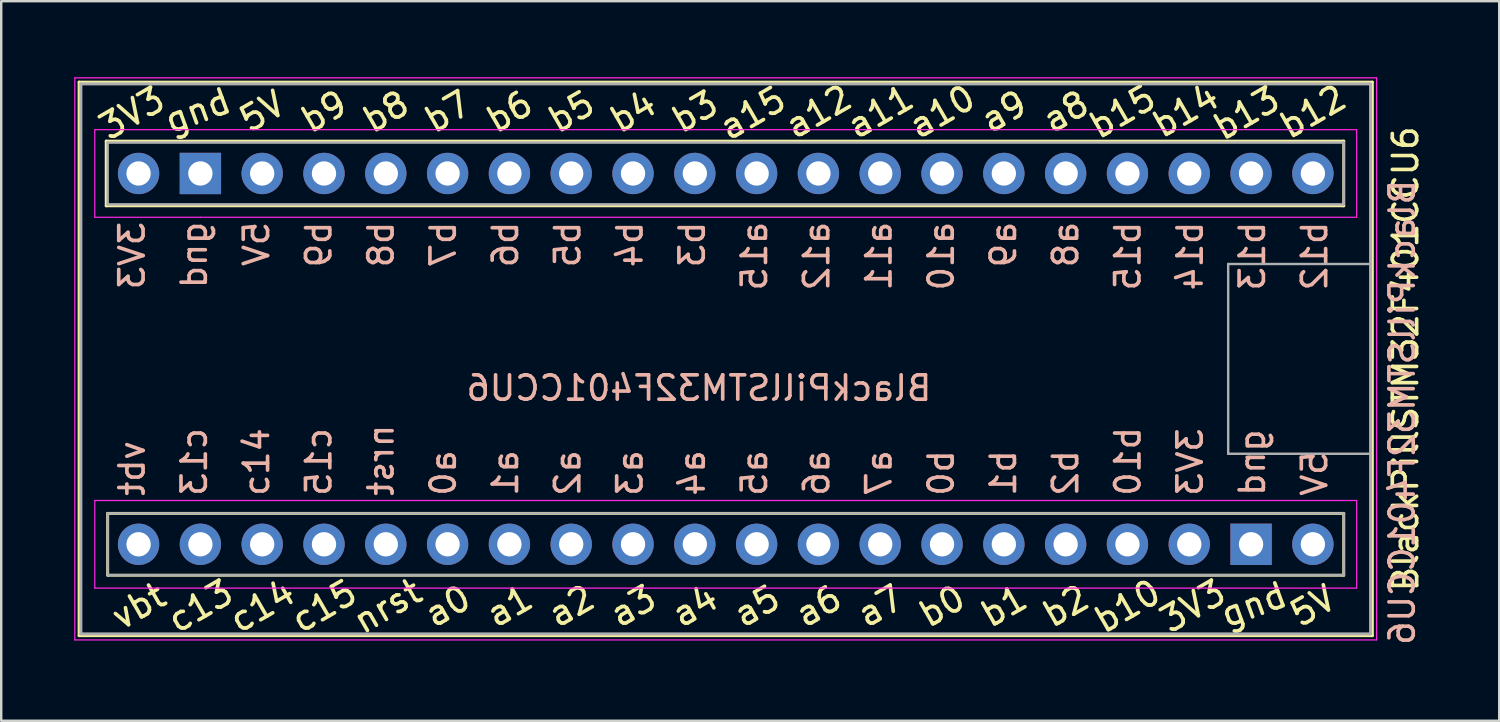
<source format=kicad_pcb>
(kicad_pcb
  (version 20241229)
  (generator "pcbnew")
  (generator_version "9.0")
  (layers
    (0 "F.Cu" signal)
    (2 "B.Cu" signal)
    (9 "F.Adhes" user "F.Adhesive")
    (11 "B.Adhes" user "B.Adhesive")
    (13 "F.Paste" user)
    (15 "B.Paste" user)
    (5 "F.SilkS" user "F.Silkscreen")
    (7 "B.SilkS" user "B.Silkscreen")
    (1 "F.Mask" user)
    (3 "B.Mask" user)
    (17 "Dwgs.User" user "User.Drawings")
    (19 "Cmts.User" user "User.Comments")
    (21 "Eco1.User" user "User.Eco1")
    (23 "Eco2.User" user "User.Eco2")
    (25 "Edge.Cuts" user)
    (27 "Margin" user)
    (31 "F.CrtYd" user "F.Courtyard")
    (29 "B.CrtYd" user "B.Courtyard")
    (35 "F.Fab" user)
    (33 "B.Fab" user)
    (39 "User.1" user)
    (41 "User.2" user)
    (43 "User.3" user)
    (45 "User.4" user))
  (footprint "BlackPillSTM32F401CCU6"
    (layer "F.Cu")
    (at 26.775 11.699)
    (property "Reference" "BlackPillSTM32F401CCU6" (at 27.94 0 270) (layer "F.SilkS") (effects (font (size 1 1) (thickness 0.15))))
    (property "Value" "BlackPillSTM32F401CCU6" (at -0.635 12.7 180) (layer "F.Fab") (hide yes) (effects (font (size 1 1) (thickness 0.15))))
    (attr through_hole)
    (fp_line (start -26.575 -11.375) (end 26.575 -11.375) (stroke (width 0.12) (type solid)) (layer "F.SilkS"))
    (fp_line (start -26.575 11.375) (end -26.575 -11.375) (stroke (width 0.12) (type solid)) (layer "F.SilkS"))
    (fp_line (start -25.46 -8.95) (end 25.4 -8.95) (stroke (width 0.12) (type solid)) (layer "F.SilkS"))
    (fp_line (start -25.46 -6.29) (end -25.46 -8.95) (stroke (width 0.12) (type solid)) (layer "F.SilkS"))
    (fp_line (start -25.4 6.35) (end 25.4 6.35) (stroke (width 0.12) (type solid)) (layer "F.SilkS"))
    (fp_line (start -25.4 8.89) (end -25.4 6.35) (stroke (width 0.12) (type solid)) (layer "F.SilkS"))
    (fp_line (start 25.4 -8.95) (end 25.4 -6.29) (stroke (width 0.12) (type solid)) (layer "F.SilkS"))
    (fp_line (start 25.4 -6.29) (end -25.46 -6.29) (stroke (width 0.12) (type solid)) (layer "F.SilkS"))
    (fp_line (start 25.4 6.35) (end 25.4 8.89) (stroke (width 0.12) (type solid)) (layer "F.SilkS"))
    (fp_line (start 25.4 8.89) (end -25.4 8.89) (stroke (width 0.12) (type solid)) (layer "F.SilkS"))
    (fp_line (start 26.575 -11.375) (end 26.575 11.375) (stroke (width 0.12) (type solid)) (layer "F.SilkS"))
    (fp_line (start 26.575 11.375) (end -26.575 11.375) (stroke (width 0.12) (type solid)) (layer "F.SilkS"))
    (fp_line (start -26.75 -11.55) (end 26.75 -11.55) (stroke (width 0.05) (type solid)) (layer "F.CrtYd"))
    (fp_line (start -26.75 11.55) (end -26.75 -11.55) (stroke (width 0.05) (type solid)) (layer "F.CrtYd"))
    (fp_line (start -25.93 -9.42) (end -25.93 -5.82) (stroke (width 0.05) (type solid)) (layer "F.CrtYd"))
    (fp_line (start -25.93 9.42) (end -25.93 5.82) (stroke (width 0.05) (type solid)) (layer "F.CrtYd"))
    (fp_line (start -21.59 -5.82) (end -25.93 -5.82) (stroke (width 0.05) (type solid)) (layer "F.CrtYd"))
    (fp_line (start -21.59 5.82) (end -25.93 5.82) (stroke (width 0.05) (type solid)) (layer "F.CrtYd"))
    (fp_line (start 25.93 -9.42) (end -25.93 -9.42) (stroke (width 0.05) (type solid)) (layer "F.CrtYd"))
    (fp_line (start 25.93 -5.82) (end -21.59 -5.82) (stroke (width 0.05) (type solid)) (layer "F.CrtYd"))
    (fp_line (start 25.93 -5.82) (end 25.93 -9.42) (stroke (width 0.05) (type solid)) (layer "F.CrtYd"))
    (fp_line (start 25.93 5.82) (end -21.59 5.82) (stroke (width 0.05) (type solid)) (layer "F.CrtYd"))
    (fp_line (start 25.93 5.82) (end 25.93 9.42) (stroke (width 0.05) (type solid)) (layer "F.CrtYd"))
    (fp_line (start 25.93 9.42) (end -25.93 9.42) (stroke (width 0.05) (type solid)) (layer "F.CrtYd"))
    (fp_line (start 26.75 -11.55) (end 26.75 11.55) (stroke (width 0.05) (type solid)) (layer "F.CrtYd"))
    (fp_line (start 26.75 11.55) (end -26.75 11.55) (stroke (width 0.05) (type solid)) (layer "F.CrtYd"))
    (fp_line (start -26.5 -11.3) (end -26.5 11.3) (stroke (width 0.12) (type solid)) (layer "F.Fab"))
    (fp_line (start -26.5 -11.3) (end 26.45 -11.3) (stroke (width 0.12) (type solid)) (layer "F.Fab"))
    (fp_line (start -25.4 -8.89) (end 25.4 -8.89) (stroke (width 0.1) (type solid)) (layer "F.Fab"))
    (fp_line (start -25.4 -6.35) (end -25.4 -8.89) (stroke (width 0.1) (type solid)) (layer "F.Fab"))
    (fp_line (start -25.4 6.35) (end 25.4 6.35) (stroke (width 0.1) (type solid)) (layer "F.Fab"))
    (fp_line (start -25.4 8.89) (end -25.4 6.35) (stroke (width 0.1) (type solid)) (layer "F.Fab"))
    (fp_line (start 20.65 -3.9) (end 20.65 3.9) (stroke (width 0.1) (type solid)) (layer "F.Fab"))
    (fp_line (start 20.65 -3.9) (end 26.45 -3.9) (stroke (width 0.1) (type solid)) (layer "F.Fab"))
    (fp_line (start 20.65 3.9) (end 26.45 3.9) (stroke (width 0.1) (type solid)) (layer "F.Fab"))
    (fp_line (start 25.4 -8.89) (end 25.4 -6.35) (stroke (width 0.1) (type solid)) (layer "F.Fab"))
    (fp_line (start 25.4 -6.35) (end -25.4 -6.35) (stroke (width 0.1) (type solid)) (layer "F.Fab"))
    (fp_line (start 25.4 6.35) (end 25.4 8.89) (stroke (width 0.1) (type solid)) (layer "F.Fab"))
    (fp_line (start 25.4 8.89) (end -25.4 8.89) (stroke (width 0.1) (type solid)) (layer "F.Fab"))
    (fp_line (start 26.5 -11.3) (end 26.5 11.3) (stroke (width 0.12) (type solid)) (layer "F.Fab"))
    (fp_line (start 26.5 11.3) (end -26.5 11.3) (stroke (width 0.12) (type solid)) (layer "F.Fab"))
    (fp_text user "vbt" (at -24.13 10.16 30) (layer "F.SilkS") (effects (font (size 1 1) (thickness 0.15))))
    (fp_text user "a5" (at 1.27 10.16 30) (layer "F.SilkS") (effects (font (size 1 1) (thickness 0.15))))
    (fp_text user "a10" (at 8.89 -10.16 30) (layer "F.SilkS") (effects (font (size 1 1) (thickness 0.15))))
    (fp_text user "5V" (at 24.13 10.16 30) (layer "F.SilkS") (effects (font (size 1 1) (thickness 0.15))))
    (fp_text user "c13" (at -21.59 10.16 30) (layer "F.SilkS") (effects (font (size 1 1) (thickness 0.15))))
    (fp_text user "b12" (at 24.13 -10.16 30) (layer "F.SilkS") (effects (font (size 1 1) (thickness 0.15))))
    (fp_text user "a12" (at 3.81 -10.16 30) (layer "F.SilkS") (effects (font (size 1 1) (thickness 0.15))))
    (fp_text user "b4" (at -3.81 -10.16 30) (layer "F.SilkS") (effects (font (size 1 1) (thickness 0.15))))
    (fp_text user "b5" (at -6.35 -10.16 30) (layer "F.SilkS") (effects (font (size 1 1) (thickness 0.15))))
    (fp_text user "b2" (at 13.97 10.16 30) (layer "F.SilkS") (effects (font (size 1 1) (thickness 0.15))))
    (fp_text user "b0" (at 8.89 10.16 30) (layer "F.SilkS") (effects (font (size 1 1) (thickness 0.15))))
    (fp_text user "c15" (at -16.51 10.16 30) (layer "F.SilkS") (effects (font (size 1 1) (thickness 0.15))))
    (fp_text user "a9" (at 11.43 -10.16 30) (layer "F.SilkS") (effects (font (size 1 1) (thickness 0.15))))
    (fp_text user "a4" (at -1.27 10.16 30) (layer "F.SilkS") (effects (font (size 1 1) (thickness 0.15))))
    (fp_text user "5V" (at -19.05 -10.16 30) (layer "F.SilkS") (effects (font (size 1 1) (thickness 0.15))))
    (fp_text user "a7" (at 6.35 10.16 30) (layer "F.SilkS") (effects (font (size 1 1) (thickness 0.15))))
    (fp_text user "gnd" (at 21.7 10.1 20) (layer "F.SilkS") (effects (font (size 1 1) (thickness 0.15))))
    (fp_text user "a11" (at 6.35 -10.16 30) (layer "F.SilkS") (effects (font (size 1 1) (thickness 0.15))))
    (fp_text user "b3" (at -1.27 -10.16 30) (layer "F.SilkS") (effects (font (size 1 1) (thickness 0.15))))
    (fp_text user "3V3" (at 19.2 10.16 30) (layer "F.SilkS") (effects (font (size 1 1) (thickness 0.15))))
    (fp_text user "a6" (at 3.81 10.16 30) (layer "F.SilkS") (effects (font (size 1 1) (thickness 0.15))))
    (fp_text user "b7" (at -11.43 -10.16 30) (layer "F.SilkS") (effects (font (size 1 1) (thickness 0.15))))
    (fp_text user "b8" (at -13.97 -10.16 30) (layer "F.SilkS") (effects (font (size 1 1) (thickness 0.15))))
    (fp_text user "gnd" (at -21.7 -10.2 20) (layer "F.SilkS") (effects (font (size 1 1) (thickness 0.15))))
    (fp_text user "a0" (at -11.43 10.16 30) (layer "F.SilkS") (effects (font (size 1 1) (thickness 0.15))))
    (fp_text user "a8" (at 13.97 -10.16 30) (layer "F.SilkS") (effects (font (size 1 1) (thickness 0.15))))
    (fp_text user "a3" (at -3.81 10.16 30) (layer "F.SilkS") (effects (font (size 1 1) (thickness 0.15))))
    (fp_text user "c14" (at -19.05 10.16 30) (layer "F.SilkS") (effects (font (size 1 1) (thickness 0.15))))
    (fp_text user "a15" (at 1.1 -10.1 30) (layer "F.SilkS") (effects (font (size 1 1) (thickness 0.15))))
    (fp_text user "b15" (at 16.3 -10.16 30) (layer "F.SilkS") (effects (font (size 1 1) (thickness 0.15))))
    (fp_text user "b14" (at 18.9 -10.2 30) (layer "F.SilkS") (effects (font (size 1 1) (thickness 0.15))))
    (fp_text user "b9" (at -16.51 -10.16 30) (layer "F.SilkS") (effects (font (size 1 1) (thickness 0.15))))
    (fp_text user "b10" (at 16.51 10.16 30) (layer "F.SilkS") (effects (font (size 1 1) (thickness 0.15))))
    (fp_text user "a2" (at -6.35 10.16 30) (layer "F.SilkS") (effects (font (size 1 1) (thickness 0.15))))
    (fp_text user "3V3" (at -24.4 -10.1 30) (layer "F.SilkS") (effects (font (size 1 1) (thickness 0.15))))
    (fp_text user "nrst" (at -13.9 10.16 30) (layer "F.SilkS") (effects (font (size 1 1) (thickness 0.15))))
    (fp_text user "b6" (at -8.89 -10.16 30) (layer "F.SilkS") (effects (font (size 1 1) (thickness 0.15))))
    (fp_text user "b1" (at 11.43 10.16 30) (layer "F.SilkS") (effects (font (size 1 1) (thickness 0.15))))
    (fp_text user "b13" (at 21.4 -10.1 30) (layer "F.SilkS") (effects (font (size 1 1) (thickness 0.15))))
    (fp_text user "a1" (at -8.89 10.16 30) (layer "F.SilkS") (effects (font (size 1 1) (thickness 0.15))))
    (fp_text user "5V" (at 24.2 4.714 270) (layer "B.SilkS") (effects (font (size 1 1) (thickness 0.15)) (justify mirror)))
    (fp_text user "a1" (at -9.053 4.69 90) (layer "B.SilkS") (effects (font (size 1 1) (thickness 0.15)) (justify mirror)))
    (fp_text user "vbt" (at -24.4 4.5 90) (layer "B.SilkS") (effects (font (size 1 1) (thickness 0.15)) (justify mirror)))
    (fp_text user "a15" (at 1.179 -4.224 270) (layer "B.SilkS") (effects (font (size 1 1) (thickness 0.15)) (justify mirror)))
    (fp_text user "a4" (at -1.379 4.69 90) (layer "B.SilkS") (effects (font (size 1 1) (thickness 0.15)) (justify mirror)))
    (fp_text user "3V3" (at 19.084 4.238 90) (layer "B.SilkS") (effects (font (size 1 1) (thickness 0.15)) (justify mirror)))
    (fp_text user "5V" (at -19.284 -4.724 270) (layer "B.SilkS") (effects (font (size 1 1) (thickness 0.15)) (justify mirror)))
    (fp_text user "nrst" (at -14.168 4.167 90) (layer "B.SilkS") (effects (font (size 1 1) (thickness 0.15)) (justify mirror)))
    (fp_text user "b5" (at -6.495 -4.7 270) (layer "B.SilkS") (effects (font (size 1 1) (thickness 0.15)) (justify mirror)))
    (fp_text user "gnd" (at 21.642 4.262 270) (layer "B.SilkS") (effects (font (size 1 1) (thickness 0.15)) (justify mirror)))
    (fp_text user "b1" (at 11.411 4.69 90) (layer "B.SilkS") (effects (font (size 1 1) (thickness 0.15)) (justify mirror)))
    (fp_text user "a5" (at 1.179 4.69 90) (layer "B.SilkS") (effects (font (size 1 1) (thickness 0.15)) (justify mirror)))
    (fp_text user "${REFERENCE}" (at 27.8 2.2 270) (layer "B.SilkS") (effects (font (size 1 1) (thickness 0.15)) (justify mirror)))
    (fp_text user "${VALUE}" (at -1.1 1.2 180) (layer "B.SilkS") (effects (font (size 1 1) (thickness 0.15)) (justify mirror)))
    (fp_text user "a9" (at 11.411 -4.7 270) (layer "B.SilkS") (effects (font (size 1 1) (thickness 0.15)) (justify mirror)))
    (fp_text user "b7" (at -11.611 -4.7 270) (layer "B.SilkS") (effects (font (size 1 1) (thickness 0.15)) (justify mirror)))
    (fp_text user "c13" (at -21.842 4.238 90) (layer "B.SilkS") (effects (font (size 1 1) (thickness 0.15)) (justify mirror)))
    (fp_text user "b3" (at -1.379 -4.7 270) (layer "B.SilkS") (effects (font (size 1 1) (thickness 0.15)) (justify mirror)))
    (fp_text user "c14" (at -19.284 4.238 90) (layer "B.SilkS") (effects (font (size 1 1) (thickness 0.15))))
    (fp_text user "b15" (at 16.526 -4.224 270) (layer "B.SilkS") (effects (font (size 1 1) (thickness 0.15)) (justify mirror)))
    (fp_text user "a7" (at 6.295 4.69 90) (layer "B.SilkS") (effects (font (size 1 1) (thickness 0.15)) (justify mirror)))
    (fp_text user "gnd" (at -21.842 -4.271 270) (layer "B.SilkS") (effects (font (size 1 1) (thickness 0.15)) (justify mirror)))
    (fp_text user "b2" (at 13.968 4.69 90) (layer "B.SilkS") (effects (font (size 1 1) (thickness 0.15)) (justify mirror)))
    (fp_text user "b10" (at 16.526 4.214 90) (layer "B.SilkS") (effects (font (size 1 1) (thickness 0.15)) (justify mirror)))
    (fp_text user "a3" (at -3.937 4.69 90) (layer "B.SilkS") (effects (font (size 1 1) (thickness 0.15)) (justify mirror)))
    (fp_text user "a2" (at -6.495 4.69 90) (layer "B.SilkS") (effects (font (size 1 1) (thickness 0.15)) (justify mirror)))
    (fp_text user "b13" (at 21.642 -4.224 90) (layer "B.SilkS") (effects (font (size 1 1) (thickness 0.15)) (justify mirror)))
    (fp_text user "b0" (at 8.853 4.69 90) (layer "B.SilkS") (effects (font (size 1 1) (thickness 0.15)) (justify mirror)))
    (fp_text user "b6" (at -9.053 -4.7 270) (layer "B.SilkS") (effects (font (size 1 1) (thickness 0.15)) (justify mirror)))
    (fp_text user "a10" (at 8.853 -4.224 270) (layer "B.SilkS") (effects (font (size 1 1) (thickness 0.15)) (justify mirror)))
    (fp_text user "3V3" (at -24.4 -4.248 90) (layer "B.SilkS") (effects (font (size 1 1) (thickness 0.15)) (justify mirror)))
    (fp_text user "a12" (at 3.737 -4.224 270) (layer "B.SilkS") (effects (font (size 1 1) (thickness 0.15)) (justify mirror)))
    (fp_text user "b9" (at -16.726 -4.7 270) (layer "B.SilkS") (effects (font (size 1 1) (thickness 0.15)) (justify mirror)))
    (fp_text user "a6" (at 3.737 4.69 90) (layer "B.SilkS") (effects (font (size 1 1) (thickness 0.15)) (justify mirror)))
    (fp_text user "b14" (at 19.084 -4.224 270) (layer "B.SilkS") (effects (font (size 1 1) (thickness 0.15)) (justify mirror)))
    (fp_text user "a8" (at 13.968 -4.7 270) (layer "B.SilkS") (effects (font (size 1 1) (thickness 0.15)) (justify mirror)))
    (fp_text user "b12" (at 24.2 -4.224 90) (layer "B.SilkS") (effects (font (size 1 1) (thickness 0.15)) (justify mirror)))
    (fp_text user "a11" (at 6.295 -4.224 270) (layer "B.SilkS") (effects (font (size 1 1) (thickness 0.15)) (justify mirror)))
    (fp_text user "c15" (at -16.726 4.238 90) (layer "B.SilkS") (effects (font (size 1 1) (thickness 0.15)) (justify mirror)))
    (fp_text user "b8" (at -14.168 -4.7 270) (layer "B.SilkS") (effects (font (size 1 1) (thickness 0.15)) (justify mirror)))
    (fp_text user "a0" (at -11.611 4.69 90) (layer "B.SilkS") (effects (font (size 1 1) (thickness 0.15)) (justify mirror)))
    (fp_text user "b4" (at -3.937 -4.7 270) (layer "B.SilkS") (effects (font (size 1 1) (thickness 0.15)) (justify mirror)))
    (pad "1" thru_hole circle (at 24.13 -7.62 270) (size 1.7 1.7) (drill 1) (layers "*.Cu" "*.Mask"))
    (pad "2" thru_hole circle (at 21.59 -7.62 270) (size 1.7 1.7) (drill 1) (layers "*.Cu" "*.Mask"))
    (pad "3" thru_hole circle (at 19.05 -7.62 270) (size 1.7 1.7) (drill 1) (layers "*.Cu" "*.Mask"))
    (pad "4" thru_hole circle (at 16.51 -7.62 270) (size 1.7 1.7) (drill 1) (layers "*.Cu" "*.Mask"))
    (pad "5" thru_hole circle (at 13.97 -7.62 270) (size 1.7 1.7) (drill 1) (layers "*.Cu" "*.Mask"))
    (pad "6" thru_hole circle (at 11.43 -7.62 270) (size 1.7 1.7) (drill 1) (layers "*.Cu" "*.Mask"))
    (pad "7" thru_hole circle (at 8.89 -7.62 270) (size 1.7 1.7) (drill 1) (layers "*.Cu" "*.Mask"))
    (pad "8" thru_hole circle (at 6.35 -7.62 270) (size 1.7 1.7) (drill 1) (layers "*.Cu" "*.Mask"))
    (pad "9" thru_hole circle (at 3.81 -7.62 270) (size 1.7 1.7) (drill 1) (layers "*.Cu" "*.Mask"))
    (pad "10" thru_hole circle (at 1.27 -7.62) (size 1.7 1.7) (drill 1) (layers "*.Cu" "*.Mask"))
    (pad "11" thru_hole circle (at -1.27 -7.62 270) (size 1.7 1.7) (drill 1) (layers "*.Cu" "*.Mask"))
    (pad "12" thru_hole circle (at -3.81 -7.62 270) (size 1.7 1.7) (drill 1) (layers "*.Cu" "*.Mask"))
    (pad "13" thru_hole circle (at -6.35 -7.62 270) (size 1.7 1.7) (drill 1) (layers "*.Cu" "*.Mask"))
    (pad "14" thru_hole circle (at -8.89 -7.62 270) (size 1.7 1.7) (drill 1) (layers "*.Cu" "*.Mask"))
    (pad "15" thru_hole circle (at -11.43 -7.62 270) (size 1.7 1.7) (drill 1) (layers "*.Cu" "*.Mask"))
    (pad "16" thru_hole circle (at -13.97 -7.62 270) (size 1.7 1.7) (drill 1) (layers "*.Cu" "*.Mask"))
    (pad "17" thru_hole circle (at -16.51 -7.62 270) (size 1.7 1.7) (drill 1) (layers "*.Cu" "*.Mask"))
    (pad "18" thru_hole circle (at -19.05 -7.62 270) (size 1.7 1.7) (drill 1) (layers "*.Cu" "*.Mask"))
    (pad "19" thru_hole rect (at -21.59 -7.62 270) (size 1.7 1.7) (drill 1) (layers "*.Cu" "*.Mask"))
    (pad "20" thru_hole circle (at -24.13 -7.62 270) (size 1.7 1.7) (drill 1) (layers "*.Cu" "*.Mask"))
    (pad "21" thru_hole circle (at -24.13 7.62 270) (size 1.7 1.7) (drill 1) (layers "*.Cu" "*.Mask"))
    (pad "22" thru_hole circle (at -21.59 7.62 270) (size 1.7 1.7) (drill 1) (layers "*.Cu" "*.Mask"))
    (pad "23" thru_hole circle (at -19.05 7.62 270) (size 1.7 1.7) (drill 1) (layers "*.Cu" "*.Mask"))
    (pad "24" thru_hole circle (at -16.51 7.62 270) (size 1.7 1.7) (drill 1) (layers "*.Cu" "*.Mask"))
    (pad "25" thru_hole circle (at -13.97 7.62 270) (size 1.7 1.7) (drill 1) (layers "*.Cu" "*.Mask"))
    (pad "26" thru_hole circle (at -11.43 7.62 270) (size 1.7 1.7) (drill 1) (layers "*.Cu" "*.Mask"))
    (pad "27" thru_hole circle (at -8.89 7.62 270) (size 1.7 1.7) (drill 1) (layers "*.Cu" "*.Mask"))
    (pad "28" thru_hole circle (at -6.35 7.62 270) (size 1.7 1.7) (drill 1) (layers "*.Cu" "*.Mask"))
    (pad "29" thru_hole circle (at -3.81 7.62 270) (size 1.7 1.7) (drill 1) (layers "*.Cu" "*.Mask"))
    (pad "30" thru_hole circle (at -1.27 7.62 270) (size 1.7 1.7) (drill 1) (layers "*.Cu" "*.Mask"))
    (pad "31" thru_hole circle (at 1.27 7.62 270) (size 1.7 1.7) (drill 1) (layers "*.Cu" "*.Mask"))
    (pad "32" thru_hole circle (at 3.81 7.62 270) (size 1.7 1.7) (drill 1) (layers "*.Cu" "*.Mask"))
    (pad "33" thru_hole circle (at 6.35 7.62 270) (size 1.7 1.7) (drill 1) (layers "*.Cu" "*.Mask"))
    (pad "34" thru_hole circle (at 8.89 7.62 270) (size 1.7 1.7) (drill 1) (layers "*.Cu" "*.Mask"))
    (pad "35" thru_hole circle (at 11.43 7.62 270) (size 1.7 1.7) (drill 1) (layers "*.Cu" "*.Mask"))
    (pad "36" thru_hole circle (at 13.97 7.62 270) (size 1.7 1.7) (drill 1) (layers "*.Cu" "*.Mask"))
    (pad "37" thru_hole circle (at 16.51 7.62 270) (size 1.7 1.7) (drill 1) (layers "*.Cu" "*.Mask"))
    (pad "38" thru_hole circle (at 19.05 7.62 270) (size 1.7 1.7) (drill 1) (layers "*.Cu" "*.Mask"))
    (pad "39" thru_hole rect (at 21.59 7.62 270) (size 1.7 1.7) (drill 1) (layers "*.Cu" "*.Mask"))
    (pad "40" thru_hole circle (at 24.13 7.62 270) (size 1.7 1.7) (drill 1) (layers "*.Cu" "*.Mask")))
  (gr_rect
    (start -3 -3)
    (end 58.563 26.572)
    (stroke (width 0.1) (type default))
    (fill no)
    (layer "Edge.Cuts")))
</source>
